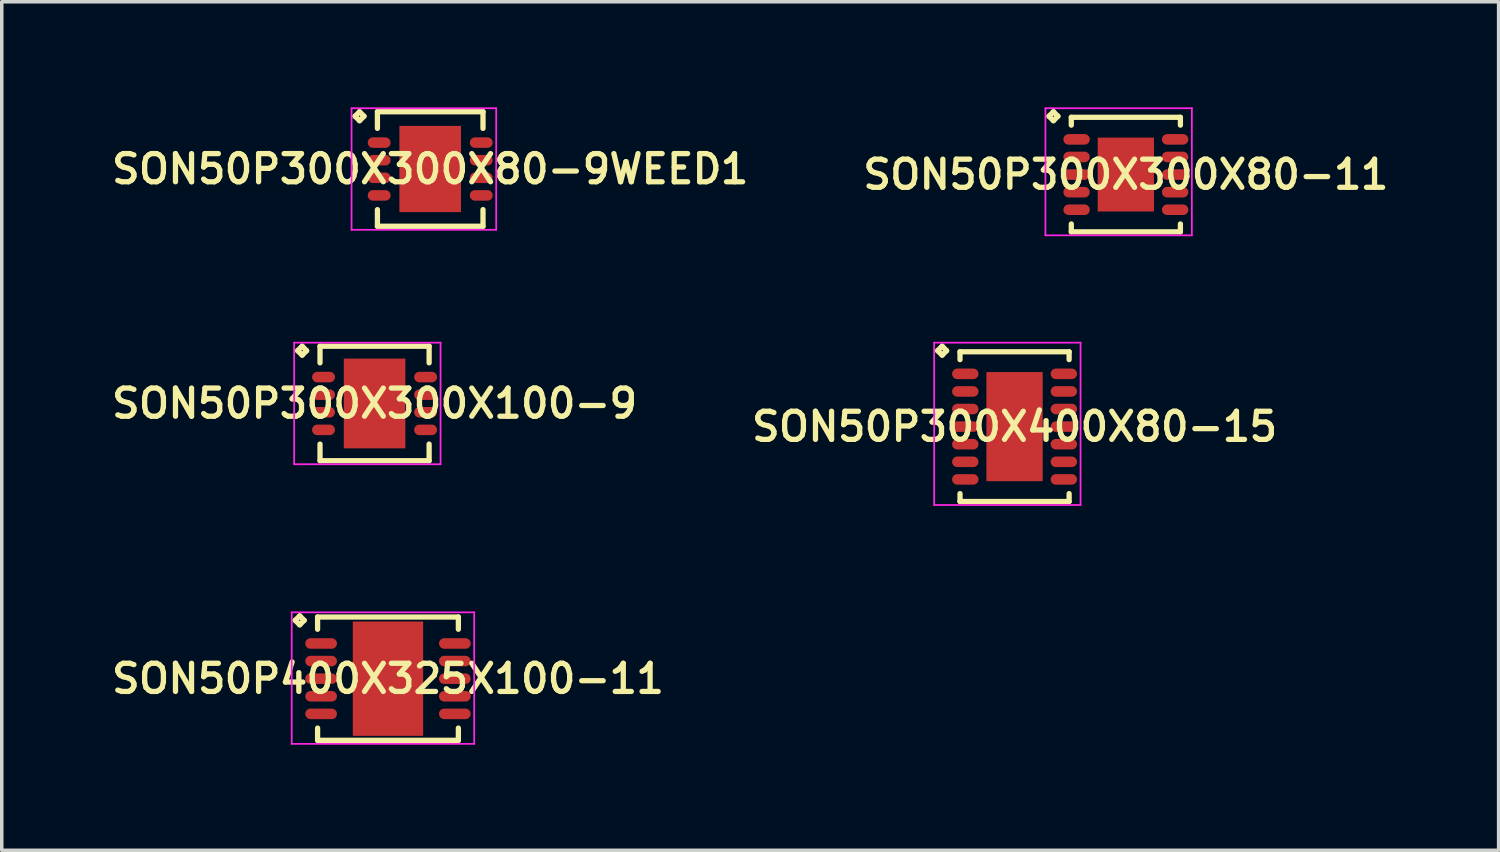
<source format=kicad_pcb>
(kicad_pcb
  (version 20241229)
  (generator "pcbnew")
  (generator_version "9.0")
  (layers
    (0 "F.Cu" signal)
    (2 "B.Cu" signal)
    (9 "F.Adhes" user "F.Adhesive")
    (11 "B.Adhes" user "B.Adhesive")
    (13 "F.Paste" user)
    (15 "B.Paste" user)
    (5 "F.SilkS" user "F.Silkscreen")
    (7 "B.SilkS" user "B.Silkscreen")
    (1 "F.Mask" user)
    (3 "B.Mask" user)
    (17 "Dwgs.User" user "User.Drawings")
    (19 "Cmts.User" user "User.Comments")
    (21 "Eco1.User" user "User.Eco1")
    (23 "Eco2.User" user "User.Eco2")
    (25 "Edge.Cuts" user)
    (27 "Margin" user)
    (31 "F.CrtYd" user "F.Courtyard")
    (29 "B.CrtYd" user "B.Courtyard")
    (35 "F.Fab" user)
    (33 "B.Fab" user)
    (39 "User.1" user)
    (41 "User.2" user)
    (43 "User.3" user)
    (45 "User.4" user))
  (footprint "SON50P300X300X80-9WEED1"
    (layer "F.Cu")
    (at 9.174 1.752)
    (property "Reference" "SON50P300X300X80-9WEED1" (at 0 0 0) (layer "F.SilkS") (effects (font (size 0.8 0.8) (thickness 0.15))))
    (attr smd)
    (fp_line (start -2.135 -1.5) (end -2.008 -1.627) (stroke (width 0.15) (type solid)) (layer "F.SilkS"))
    (fp_line (start -2.008 -1.627) (end -1.881 -1.5) (stroke (width 0.15) (type solid)) (layer "F.SilkS"))
    (fp_line (start -2.008 -1.373) (end -2.135 -1.5) (stroke (width 0.15) (type solid)) (layer "F.SilkS"))
    (fp_line (start -1.881 -1.5) (end -2.008 -1.373) (stroke (width 0.15) (type solid)) (layer "F.SilkS"))
    (fp_line (start -1.5 -1.627) (end 1.5 -1.627) (stroke (width 0.15) (type solid)) (layer "F.SilkS"))
    (fp_line (start -1.5 -1.154) (end -1.5 -1.627) (stroke (width 0.15) (type solid)) (layer "F.SilkS"))
    (fp_line (start -1.5 1.154) (end -1.5 1.627) (stroke (width 0.15) (type solid)) (layer "F.SilkS"))
    (fp_line (start -1.5 1.627) (end 1.5 1.627) (stroke (width 0.15) (type solid)) (layer "F.SilkS"))
    (fp_line (start 1.5 -1.627) (end 1.5 -1.154) (stroke (width 0.15) (type solid)) (layer "F.SilkS"))
    (fp_line (start 1.5 1.627) (end 1.5 1.154) (stroke (width 0.15) (type solid)) (layer "F.SilkS"))
    (fp_line (start -2.235 -1.727) (end 1.875 -1.727) (stroke (width 0.05) (type solid)) (layer "F.CrtYd"))
    (fp_line (start -2.235 1.727) (end -2.235 -1.727) (stroke (width 0.05) (type solid)) (layer "F.CrtYd"))
    (fp_line (start 1.875 -1.727) (end 1.875 1.727) (stroke (width 0.05) (type solid)) (layer "F.CrtYd"))
    (fp_line (start 1.875 1.727) (end -2.235 1.727) (stroke (width 0.05) (type solid)) (layer "F.CrtYd"))
    (pad "1" smd oval (at -1.45 -0.75) (size 0.65 0.3) (layers "F.Cu" "F.Mask" "F.Paste"))
    (pad "2" smd oval (at -1.45 -0.25) (size 0.65 0.3) (layers "F.Cu" "F.Mask" "F.Paste"))
    (pad "3" smd oval (at -1.45 0.25) (size 0.65 0.3) (layers "F.Cu" "F.Mask" "F.Paste"))
    (pad "4" smd oval (at -1.45 0.75) (size 0.65 0.3) (layers "F.Cu" "F.Mask" "F.Paste"))
    (pad "5" smd oval (at 1.45 0.75) (size 0.65 0.3) (layers "F.Cu" "F.Mask" "F.Paste"))
    (pad "6" smd oval (at 1.45 0.25) (size 0.65 0.3) (layers "F.Cu" "F.Mask" "F.Paste"))
    (pad "7" smd oval (at 1.45 -0.25) (size 0.65 0.3) (layers "F.Cu" "F.Mask" "F.Paste"))
    (pad "8" smd oval (at 1.45 -0.75) (size 0.65 0.3) (layers "F.Cu" "F.Mask" "F.Paste"))
    (pad "9" smd rect (at 0 0) (size 1.75 2.45) (layers "F.Cu" "F.Mask" "F.Paste")))
  (footprint "SON50P400X325X100-11"
    (layer "F.Cu")
    (at 7.974 16.234)
    (property "Reference" "SON50P400X325X100-11" (at 0 0 0) (layer "F.SilkS") (effects (font (size 0.8 0.8) (thickness 0.15))))
    (attr smd)
    (fp_line (start -2.635 -1.658) (end -2.508 -1.785) (stroke (width 0.15) (type solid)) (layer "F.SilkS"))
    (fp_line (start -2.508 -1.785) (end -2.381 -1.658) (stroke (width 0.15) (type solid)) (layer "F.SilkS"))
    (fp_line (start -2.508 -1.531) (end -2.635 -1.658) (stroke (width 0.15) (type solid)) (layer "F.SilkS"))
    (fp_line (start -2.381 -1.658) (end -2.508 -1.531) (stroke (width 0.15) (type solid)) (layer "F.SilkS"))
    (fp_line (start -2 -1.752) (end 2 -1.752) (stroke (width 0.15) (type solid)) (layer "F.SilkS"))
    (fp_line (start -2 -1.404) (end -2 -1.752) (stroke (width 0.15) (type solid)) (layer "F.SilkS"))
    (fp_line (start -2 1.404) (end -2 1.752) (stroke (width 0.15) (type solid)) (layer "F.SilkS"))
    (fp_line (start -2 1.752) (end 2 1.752) (stroke (width 0.15) (type solid)) (layer "F.SilkS"))
    (fp_line (start 2 -1.752) (end 2 -1.404) (stroke (width 0.15) (type solid)) (layer "F.SilkS"))
    (fp_line (start 2 1.752) (end 2 1.404) (stroke (width 0.15) (type solid)) (layer "F.SilkS"))
    (fp_line (start -2.735 -1.885) (end 2.45 -1.885) (stroke (width 0.05) (type solid)) (layer "F.CrtYd"))
    (fp_line (start -2.735 1.852) (end -2.735 -1.885) (stroke (width 0.05) (type solid)) (layer "F.CrtYd"))
    (fp_line (start 2.45 -1.885) (end 2.45 1.852) (stroke (width 0.05) (type solid)) (layer "F.CrtYd"))
    (fp_line (start 2.45 1.852) (end -2.735 1.852) (stroke (width 0.05) (type solid)) (layer "F.CrtYd"))
    (pad "1" smd oval (at -1.9 -1) (size 0.9 0.3) (layers "F.Cu" "F.Mask" "F.Paste"))
    (pad "2" smd oval (at -1.9 -0.5) (size 0.9 0.3) (layers "F.Cu" "F.Mask" "F.Paste"))
    (pad "3" smd oval (at -1.9 0) (size 0.9 0.3) (layers "F.Cu" "F.Mask" "F.Paste"))
    (pad "4" smd oval (at -1.9 0.5) (size 0.9 0.3) (layers "F.Cu" "F.Mask" "F.Paste"))
    (pad "5" smd oval (at -1.9 1) (size 0.9 0.3) (layers "F.Cu" "F.Mask" "F.Paste"))
    (pad "6" smd oval (at 1.9 1) (size 0.9 0.3) (layers "F.Cu" "F.Mask" "F.Paste"))
    (pad "7" smd oval (at 1.9 0.5) (size 0.9 0.3) (layers "F.Cu" "F.Mask" "F.Paste"))
    (pad "8" smd oval (at 1.9 0) (size 0.9 0.3) (layers "F.Cu" "F.Mask" "F.Paste"))
    (pad "9" smd oval (at 1.9 -0.5) (size 0.9 0.3) (layers "F.Cu" "F.Mask" "F.Paste"))
    (pad "10" smd oval (at 1.9 -1) (size 0.9 0.3) (layers "F.Cu" "F.Mask" "F.Paste"))
    (pad "11" smd rect (at 0 0) (size 2 3.25) (layers "F.Cu" "F.Mask" "F.Paste")))
  (footprint "SON50P300X300X80-11"
    (layer "F.Cu")
    (at 28.94 1.91)
    (property "Reference" "SON50P300X300X80-11" (at 0 0 0) (layer "F.SilkS") (effects (font (size 0.8 0.8) (thickness 0.15))))
    (attr smd)
    (fp_line (start -2.185 -1.658) (end -2.058 -1.785) (stroke (width 0.15) (type solid)) (layer "F.SilkS"))
    (fp_line (start -2.058 -1.785) (end -1.931 -1.658) (stroke (width 0.15) (type solid)) (layer "F.SilkS"))
    (fp_line (start -2.058 -1.531) (end -2.185 -1.658) (stroke (width 0.15) (type solid)) (layer "F.SilkS"))
    (fp_line (start -1.931 -1.658) (end -2.058 -1.531) (stroke (width 0.15) (type solid)) (layer "F.SilkS"))
    (fp_line (start -1.55 -1.627) (end 1.55 -1.627) (stroke (width 0.15) (type solid)) (layer "F.SilkS"))
    (fp_line (start -1.55 -1.404) (end -1.55 -1.627) (stroke (width 0.15) (type solid)) (layer "F.SilkS"))
    (fp_line (start -1.55 1.404) (end -1.55 1.627) (stroke (width 0.15) (type solid)) (layer "F.SilkS"))
    (fp_line (start -1.55 1.627) (end 1.55 1.627) (stroke (width 0.15) (type solid)) (layer "F.SilkS"))
    (fp_line (start 1.55 -1.627) (end 1.55 -1.404) (stroke (width 0.15) (type solid)) (layer "F.SilkS"))
    (fp_line (start 1.55 1.627) (end 1.55 1.404) (stroke (width 0.15) (type solid)) (layer "F.SilkS"))
    (fp_line (start -2.285 -1.885) (end 1.875 -1.885) (stroke (width 0.05) (type solid)) (layer "F.CrtYd"))
    (fp_line (start -2.285 1.727) (end -2.285 -1.885) (stroke (width 0.05) (type solid)) (layer "F.CrtYd"))
    (fp_line (start 1.875 -1.885) (end 1.875 1.727) (stroke (width 0.05) (type solid)) (layer "F.CrtYd"))
    (fp_line (start 1.875 1.727) (end -2.285 1.727) (stroke (width 0.05) (type solid)) (layer "F.CrtYd"))
    (pad "1" smd oval (at -1.4 -1) (size 0.75 0.3) (layers "F.Cu" "F.Mask" "F.Paste"))
    (pad "2" smd oval (at -1.4 -0.5) (size 0.75 0.3) (layers "F.Cu" "F.Mask" "F.Paste"))
    (pad "3" smd oval (at -1.4 0) (size 0.75 0.3) (layers "F.Cu" "F.Mask" "F.Paste"))
    (pad "4" smd oval (at -1.4 0.5) (size 0.75 0.3) (layers "F.Cu" "F.Mask" "F.Paste"))
    (pad "5" smd oval (at -1.4 1) (size 0.75 0.3) (layers "F.Cu" "F.Mask" "F.Paste"))
    (pad "6" smd oval (at 1.4 1) (size 0.75 0.3) (layers "F.Cu" "F.Mask" "F.Paste"))
    (pad "7" smd oval (at 1.4 0.5) (size 0.75 0.3) (layers "F.Cu" "F.Mask" "F.Paste"))
    (pad "8" smd oval (at 1.4 0) (size 0.75 0.3) (layers "F.Cu" "F.Mask" "F.Paste"))
    (pad "9" smd oval (at 1.4 -0.5) (size 0.75 0.3) (layers "F.Cu" "F.Mask" "F.Paste"))
    (pad "10" smd oval (at 1.4 -1) (size 0.75 0.3) (layers "F.Cu" "F.Mask" "F.Paste"))
    (pad "11" smd rect (at 0 0) (size 1.6 2.1) (layers "F.Cu" "F.Mask" "F.Paste")))
  (footprint "SON50P300X300X100-9"
    (layer "F.Cu")
    (at 7.593 8.414)
    (property "Reference" "SON50P300X300X100-9" (at 0 0 0) (layer "F.SilkS") (effects (font (size 0.8 0.8) (thickness 0.15))))
    (attr smd)
    (fp_line (start -2.185 -1.5) (end -2.058 -1.627) (stroke (width 0.15) (type solid)) (layer "F.SilkS"))
    (fp_line (start -2.058 -1.627) (end -1.931 -1.5) (stroke (width 0.15) (type solid)) (layer "F.SilkS"))
    (fp_line (start -2.058 -1.373) (end -2.185 -1.5) (stroke (width 0.15) (type solid)) (layer "F.SilkS"))
    (fp_line (start -1.931 -1.5) (end -2.058 -1.373) (stroke (width 0.15) (type solid)) (layer "F.SilkS"))
    (fp_line (start -1.55 -1.627) (end 1.55 -1.627) (stroke (width 0.15) (type solid)) (layer "F.SilkS"))
    (fp_line (start -1.55 -1.154) (end -1.55 -1.627) (stroke (width 0.15) (type solid)) (layer "F.SilkS"))
    (fp_line (start -1.55 1.154) (end -1.55 1.627) (stroke (width 0.15) (type solid)) (layer "F.SilkS"))
    (fp_line (start -1.55 1.627) (end 1.55 1.627) (stroke (width 0.15) (type solid)) (layer "F.SilkS"))
    (fp_line (start 1.55 -1.627) (end 1.55 -1.154) (stroke (width 0.15) (type solid)) (layer "F.SilkS"))
    (fp_line (start 1.55 1.627) (end 1.55 1.154) (stroke (width 0.15) (type solid)) (layer "F.SilkS"))
    (fp_line (start -2.285 -1.727) (end 1.875 -1.727) (stroke (width 0.05) (type solid)) (layer "F.CrtYd"))
    (fp_line (start -2.285 1.727) (end -2.285 -1.727) (stroke (width 0.05) (type solid)) (layer "F.CrtYd"))
    (fp_line (start 1.875 -1.727) (end 1.875 1.727) (stroke (width 0.05) (type solid)) (layer "F.CrtYd"))
    (fp_line (start 1.875 1.727) (end -2.285 1.727) (stroke (width 0.05) (type solid)) (layer "F.CrtYd"))
    (pad "1" smd oval (at -1.45 -0.75) (size 0.65 0.3) (layers "F.Cu" "F.Mask" "F.Paste"))
    (pad "2" smd oval (at -1.45 -0.25) (size 0.65 0.3) (layers "F.Cu" "F.Mask" "F.Paste"))
    (pad "3" smd oval (at -1.45 0.25) (size 0.65 0.3) (layers "F.Cu" "F.Mask" "F.Paste"))
    (pad "4" smd oval (at -1.45 0.75) (size 0.65 0.3) (layers "F.Cu" "F.Mask" "F.Paste"))
    (pad "5" smd oval (at 1.45 0.75) (size 0.65 0.3) (layers "F.Cu" "F.Mask" "F.Paste"))
    (pad "6" smd oval (at 1.45 0.25) (size 0.65 0.3) (layers "F.Cu" "F.Mask" "F.Paste"))
    (pad "7" smd oval (at 1.45 -0.25) (size 0.65 0.3) (layers "F.Cu" "F.Mask" "F.Paste"))
    (pad "8" smd oval (at 1.45 -0.75) (size 0.65 0.3) (layers "F.Cu" "F.Mask" "F.Paste"))
    (pad "9" smd rect (at 0 0) (size 1.75 2.55) (layers "F.Cu" "F.Mask" "F.Paste")))
  (footprint "SON50P300X400X80-15"
    (layer "F.Cu")
    (at 25.778 9.072)
    (property "Reference" "SON50P300X400X80-15" (at 0 0 0) (layer "F.SilkS") (effects (font (size 0.8 0.8) (thickness 0.15))))
    (attr smd)
    (fp_line (start -2.185 -2.158) (end -2.058 -2.285) (stroke (width 0.15) (type solid)) (layer "F.SilkS"))
    (fp_line (start -2.058 -2.285) (end -1.931 -2.158) (stroke (width 0.15) (type solid)) (layer "F.SilkS"))
    (fp_line (start -2.058 -2.031) (end -2.185 -2.158) (stroke (width 0.15) (type solid)) (layer "F.SilkS"))
    (fp_line (start -1.931 -2.158) (end -2.058 -2.031) (stroke (width 0.15) (type solid)) (layer "F.SilkS"))
    (fp_line (start -1.55 -2.127) (end 1.55 -2.127) (stroke (width 0.15) (type solid)) (layer "F.SilkS"))
    (fp_line (start -1.55 -1.904) (end -1.55 -2.127) (stroke (width 0.15) (type solid)) (layer "F.SilkS"))
    (fp_line (start -1.55 1.904) (end -1.55 2.127) (stroke (width 0.15) (type solid)) (layer "F.SilkS"))
    (fp_line (start -1.55 2.127) (end 1.55 2.127) (stroke (width 0.15) (type solid)) (layer "F.SilkS"))
    (fp_line (start 1.55 -2.127) (end 1.55 -1.904) (stroke (width 0.15) (type solid)) (layer "F.SilkS"))
    (fp_line (start 1.55 2.127) (end 1.55 1.904) (stroke (width 0.15) (type solid)) (layer "F.SilkS"))
    (fp_line (start -2.285 -2.385) (end 1.875 -2.385) (stroke (width 0.05) (type solid)) (layer "F.CrtYd"))
    (fp_line (start -2.285 2.227) (end -2.285 -2.385) (stroke (width 0.05) (type solid)) (layer "F.CrtYd"))
    (fp_line (start 1.875 -2.385) (end 1.875 2.227) (stroke (width 0.05) (type solid)) (layer "F.CrtYd"))
    (fp_line (start 1.875 2.227) (end -2.285 2.227) (stroke (width 0.05) (type solid)) (layer "F.CrtYd"))
    (pad "1" smd oval (at -1.4 -1.5) (size 0.75 0.3) (layers "F.Cu" "F.Mask" "F.Paste"))
    (pad "2" smd oval (at -1.4 -1) (size 0.75 0.3) (layers "F.Cu" "F.Mask" "F.Paste"))
    (pad "3" smd oval (at -1.4 -0.5) (size 0.75 0.3) (layers "F.Cu" "F.Mask" "F.Paste"))
    (pad "4" smd oval (at -1.4 0) (size 0.75 0.3) (layers "F.Cu" "F.Mask" "F.Paste"))
    (pad "5" smd oval (at -1.4 0.5) (size 0.75 0.3) (layers "F.Cu" "F.Mask" "F.Paste"))
    (pad "6" smd oval (at -1.4 1) (size 0.75 0.3) (layers "F.Cu" "F.Mask" "F.Paste"))
    (pad "7" smd oval (at -1.4 1.5) (size 0.75 0.3) (layers "F.Cu" "F.Mask" "F.Paste"))
    (pad "8" smd oval (at 1.4 1.5) (size 0.75 0.3) (layers "F.Cu" "F.Mask" "F.Paste"))
    (pad "9" smd oval (at 1.4 1) (size 0.75 0.3) (layers "F.Cu" "F.Mask" "F.Paste"))
    (pad "10" smd oval (at 1.4 0.5) (size 0.75 0.3) (layers "F.Cu" "F.Mask" "F.Paste"))
    (pad "11" smd oval (at 1.4 0) (size 0.75 0.3) (layers "F.Cu" "F.Mask" "F.Paste"))
    (pad "12" smd oval (at 1.4 -0.5) (size 0.75 0.3) (layers "F.Cu" "F.Mask" "F.Paste"))
    (pad "13" smd oval (at 1.4 -1) (size 0.75 0.3) (layers "F.Cu" "F.Mask" "F.Paste"))
    (pad "14" smd oval (at 1.4 -1.5) (size 0.75 0.3) (layers "F.Cu" "F.Mask" "F.Paste"))
    (pad "15" smd rect (at 0 0) (size 1.6 3.1) (layers "F.Cu" "F.Mask" "F.Paste")))
  (gr_rect
    (start -3 -3)
    (end 39.532 21.111)
    (stroke (width 0.1) (type default))
    (fill no)
    (layer "Edge.Cuts")))
</source>
